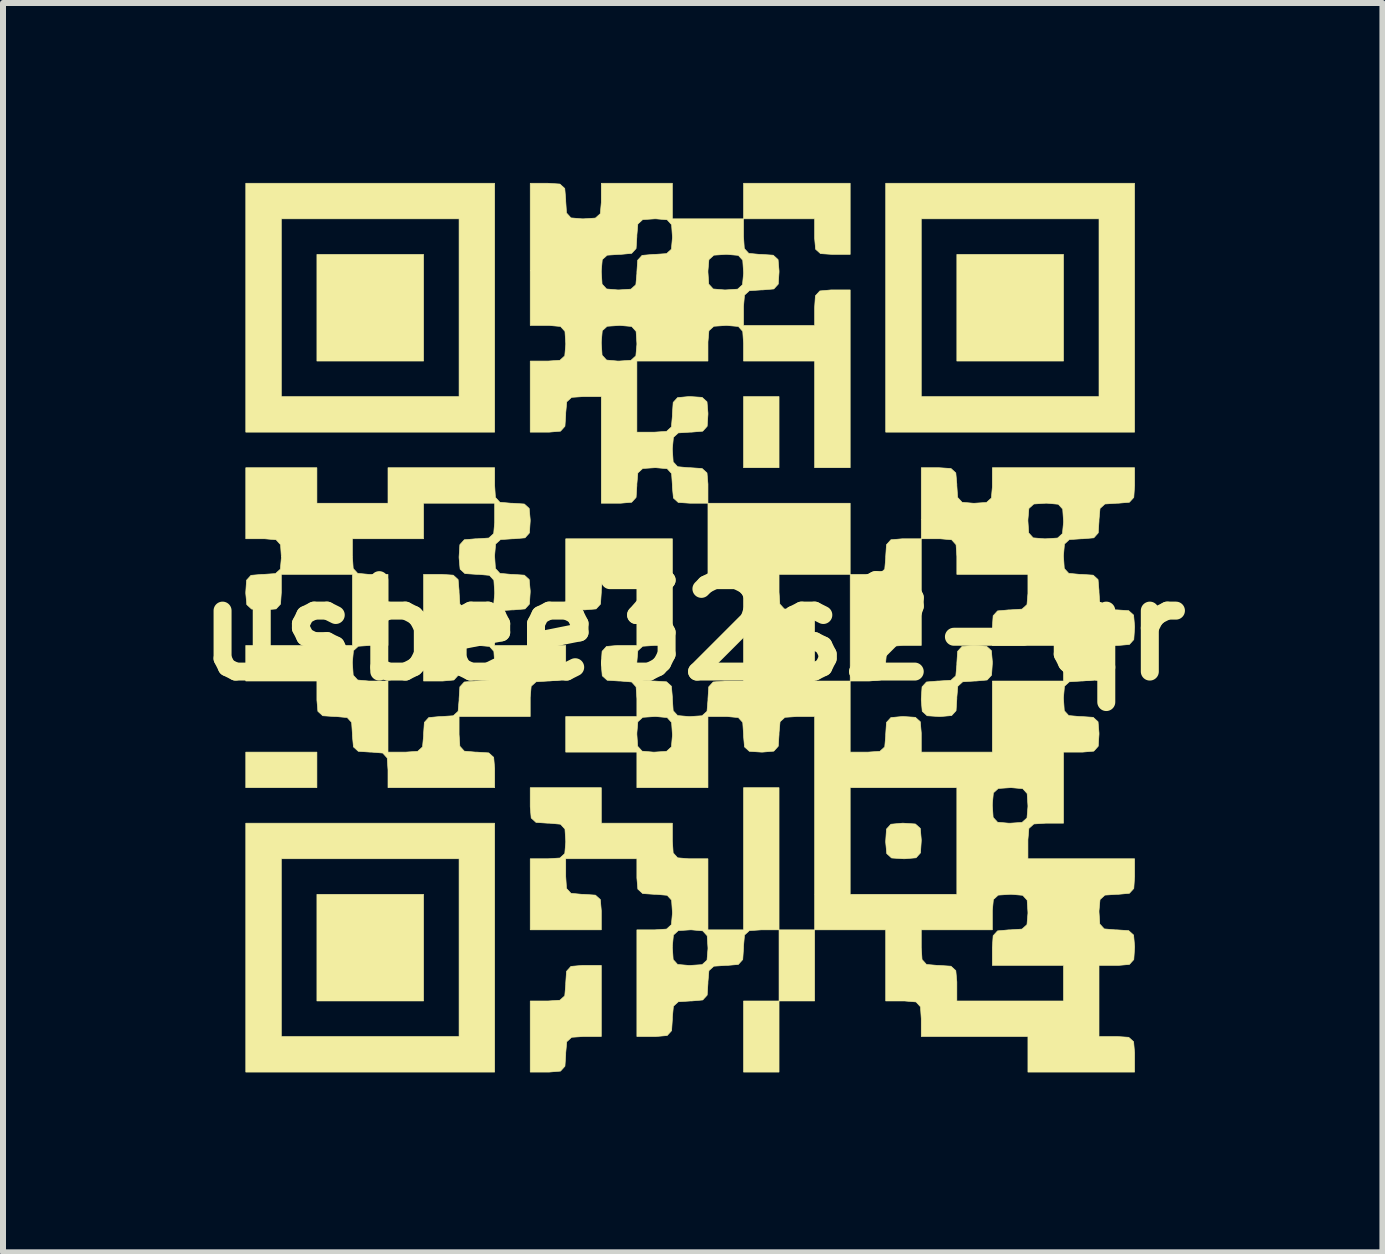
<source format=kicad_pcb>
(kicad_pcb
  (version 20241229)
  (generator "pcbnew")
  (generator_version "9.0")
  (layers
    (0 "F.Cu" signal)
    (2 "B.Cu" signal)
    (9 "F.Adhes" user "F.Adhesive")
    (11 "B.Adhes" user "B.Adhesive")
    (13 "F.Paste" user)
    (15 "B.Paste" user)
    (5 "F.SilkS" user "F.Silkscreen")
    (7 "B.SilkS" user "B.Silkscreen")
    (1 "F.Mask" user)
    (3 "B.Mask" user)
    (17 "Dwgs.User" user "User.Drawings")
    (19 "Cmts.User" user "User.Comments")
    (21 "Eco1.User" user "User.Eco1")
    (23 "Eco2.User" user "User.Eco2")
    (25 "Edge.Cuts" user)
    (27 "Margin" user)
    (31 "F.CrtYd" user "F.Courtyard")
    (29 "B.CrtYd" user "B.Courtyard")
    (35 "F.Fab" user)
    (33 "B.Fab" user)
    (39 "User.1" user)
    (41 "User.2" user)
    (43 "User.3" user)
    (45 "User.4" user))
  (footprint "usbee32s2-qr"
    (layer "F.Cu")
    (at 8.498 7.456)
    (property "Reference" "usbee32s2-qr" (at 0 0 0) (layer "F.SilkS") (effects (font (size 1.524 1.524) (thickness 0.3))))
    (attr through_hole)
    (fp_poly (pts (xy -6.265 2.625) (xy -7.451 2.625) (xy -7.451 2.032) (xy -6.265 2.032) (xy -6.265 2.625)) (stroke (width 0.01) (type solid)) (fill yes) (layer "F.SilkS"))
    (fp_poly (pts (xy -4.487 -4.487) (xy -6.265 -4.487) (xy -6.265 -6.265) (xy -4.487 -6.265) (xy -4.487 -4.487)) (stroke (width 0.01) (type solid)) (fill yes) (layer "F.SilkS"))
    (fp_poly (pts (xy -4.487 6.181) (xy -6.265 6.181) (xy -6.265 4.403) (xy -4.487 4.403) (xy -4.487 6.181)) (stroke (width 0.01) (type solid)) (fill yes) (layer "F.SilkS"))
    (fp_poly (pts (xy 1.439 -2.709) (xy 0.847 -2.709) (xy 0.847 -3.895) (xy 1.439 -3.895) (xy 1.439 -2.709)) (stroke (width 0.01) (type solid)) (fill yes) (layer "F.SilkS"))
    (fp_poly (pts (xy 1.439 4.995) (xy 2.032 4.995) (xy 2.032 6.181) (xy 1.439 6.181) (xy 1.439 4.995)) (stroke (width 0.01) (type solid)) (fill yes) (layer "F.SilkS"))
    (fp_poly (pts (xy 1.439 7.366) (xy 0.847 7.366) (xy 0.847 6.181) (xy 1.439 6.181) (xy 1.439 7.366)) (stroke (width 0.01) (type solid)) (fill yes) (layer "F.SilkS"))
    (fp_poly (pts (xy 6.181 -4.487) (xy 4.403 -4.487) (xy 4.403 -6.265) (xy 6.181 -6.265) (xy 6.181 -4.487)) (stroke (width 0.01) (type solid)) (fill yes) (layer "F.SilkS"))
    (fp_poly (pts (xy 0.847 -7.451) (xy 2.625 -7.451) (xy 2.625 -6.265) (xy 2.328 -6.265) (xy 2.13 -6.278) (xy 2.048 -6.352) (xy 2.032 -6.539) (xy 2.032 -6.562) (xy 2.032 -6.858) (xy 0.847 -6.858) (xy 0.847 -7.451)) (stroke (width 0.01) (type solid)) (fill yes) (layer "F.SilkS"))
    (fp_poly (pts (xy -3.302 -3.302) (xy -7.451 -3.302) (xy -7.451 -6.858) (xy -6.858 -6.858) (xy -6.858 -3.895) (xy -3.895 -3.895) (xy -3.895 -6.858) (xy -6.858 -6.858) (xy -7.451 -6.858) (xy -7.451 -7.451) (xy -3.302 -7.451) (xy -3.302 -3.302)) (stroke (width 0.01) (type solid)) (fill yes) (layer "F.SilkS"))
    (fp_poly (pts (xy -3.302 7.366) (xy -7.451 7.366) (xy -7.451 3.81) (xy -6.858 3.81) (xy -6.858 6.773) (xy -3.895 6.773) (xy -3.895 3.81) (xy -6.858 3.81) (xy -7.451 3.81) (xy -7.451 3.217) (xy -3.302 3.217) (xy -3.302 7.366)) (stroke (width 0.01) (type solid)) (fill yes) (layer "F.SilkS"))
    (fp_poly (pts (xy 7.366 -3.302) (xy 3.217 -3.302) (xy 3.217 -6.858) (xy 3.81 -6.858) (xy 3.81 -3.895) (xy 6.773 -3.895) (xy 6.773 -6.858) (xy 3.81 -6.858) (xy 3.217 -6.858) (xy 3.217 -7.451) (xy 7.366 -7.451) (xy 7.366 -3.302)) (stroke (width 0.01) (type solid)) (fill yes) (layer "F.SilkS"))
    (fp_poly (pts (xy 3.712 3.23) (xy 3.794 3.304) (xy 3.81 3.491) (xy 3.81 3.514) (xy 3.797 3.712) (xy 3.723 3.794) (xy 3.536 3.81) (xy 3.514 3.81) (xy 3.315 3.797) (xy 3.234 3.723) (xy 3.217 3.536) (xy 3.217 3.514) (xy 3.23 3.315) (xy 3.304 3.234) (xy 3.491 3.217) (xy 3.514 3.217) (xy 3.712 3.23)) (stroke (width 0.01) (type solid)) (fill yes) (layer "F.SilkS"))
    (fp_poly (pts (xy -1.524 6.773) (xy -1.82 6.773) (xy -2.019 6.786) (xy -2.1 6.86) (xy -2.117 7.047) (xy -2.117 7.07) (xy -2.13 7.268) (xy -2.204 7.35) (xy -2.39 7.366) (xy -2.413 7.366) (xy -2.709 7.366) (xy -2.709 6.181) (xy -2.413 6.181) (xy -2.214 6.168) (xy -2.133 6.094) (xy -2.117 5.907) (xy -2.117 5.884) (xy -2.104 5.686) (xy -2.03 5.604) (xy -1.843 5.588) (xy -1.82 5.588) (xy -1.524 5.588) (xy -1.524 6.773)) (stroke (width 0.01) (type solid)) (fill yes) (layer "F.SilkS"))
    (fp_poly (pts (xy 4.898 0.267) (xy 4.979 0.341) (xy 4.995 0.528) (xy 4.995 0.55) (xy 4.982 0.749) (xy 4.908 0.83) (xy 4.722 0.847) (xy 4.699 0.847) (xy 4.5 0.86) (xy 4.419 0.934) (xy 4.403 1.12) (xy 4.403 1.143) (xy 4.39 1.342) (xy 4.316 1.423) (xy 4.129 1.439) (xy 4.106 1.439) (xy 3.908 1.426) (xy 3.826 1.352) (xy 3.81 1.166) (xy 3.81 1.143) (xy 3.823 0.944) (xy 3.897 0.863) (xy 4.084 0.847) (xy 4.106 0.847) (xy 4.305 0.834) (xy 4.386 0.76) (xy 4.403 0.573) (xy 4.403 0.55) (xy 4.416 0.352) (xy 4.49 0.27) (xy 4.676 0.254) (xy 4.699 0.254) (xy 4.898 0.267)) (stroke (width 0.01) (type solid)) (fill yes) (layer "F.SilkS"))
    (fp_poly (pts (xy 1.143 4.995) (xy 0.944 5.008) (xy 0.863 5.082) (xy 0.847 5.269) (xy 0.847 5.292) (xy 0.834 5.49) (xy 0.76 5.572) (xy 0.573 5.588) (xy 0.55 5.588) (xy 0.352 5.601) (xy 0.27 5.675) (xy 0.254 5.862) (xy 0.254 5.884) (xy 0.241 6.083) (xy 0.167 6.164) (xy -0.02 6.181) (xy -0.042 6.181) (xy -0.241 6.194) (xy -0.322 6.268) (xy -0.339 6.454) (xy -0.339 6.477) (xy -0.352 6.676) (xy -0.426 6.757) (xy -0.612 6.773) (xy -0.635 6.773) (xy -0.931 6.773) (xy -0.931 5.292) (xy -0.339 5.292) (xy -0.326 5.49) (xy -0.252 5.572) (xy -0.065 5.588) (xy -0.042 5.588) (xy 0.156 5.575) (xy 0.238 5.501) (xy 0.254 5.314) (xy 0.254 5.292) (xy 0.241 5.093) (xy 0.167 5.012) (xy -0.02 4.995) (xy -0.042 4.995) (xy -0.241 5.008) (xy -0.322 5.082) (xy -0.339 5.269) (xy -0.339 5.292) (xy -0.931 5.292) (xy -0.931 4.995) (xy -0.635 4.995) (xy -0.436 4.982) (xy -0.355 4.908) (xy -0.339 4.722) (xy -0.339 4.699) (xy -0.352 4.5) (xy -0.426 4.419) (xy -0.612 4.403) (xy -0.635 4.403) (xy -0.834 4.39) (xy -0.915 4.316) (xy -0.931 4.129) (xy -0.931 4.106) (xy -0.931 3.81) (xy -2.117 3.81) (xy -2.117 4.106) (xy -2.104 4.305) (xy -2.03 4.386) (xy -1.843 4.403) (xy -1.82 4.403) (xy -1.622 4.416) (xy -1.54 4.49) (xy -1.524 4.676) (xy -1.524 4.699) (xy -1.524 4.995) (xy -2.709 4.995) (xy -2.709 3.81) (xy -2.413 3.81) (xy -2.214 3.797) (xy -2.133 3.723) (xy -2.117 3.536) (xy -2.117 3.514) (xy -2.13 3.315) (xy -2.204 3.234) (xy -2.39 3.217) (xy -2.413 3.217) (xy -2.612 3.204) (xy -2.693 3.13) (xy -2.709 2.944) (xy -2.709 2.921) (xy -2.709 2.625) (xy -1.524 2.625) (xy -1.524 3.217) (xy -0.339 3.217) (xy -0.339 3.514) (xy -0.326 3.712) (xy -0.252 3.794) (xy -0.065 3.81) (xy -0.042 3.81) (xy 0.254 3.81) (xy 0.254 4.995) (xy 0.847 4.995) (xy 0.847 2.625) (xy 1.439 2.625) (xy 1.439 4.995) (xy 1.143 4.995)) (stroke (width 0.01) (type solid)) (fill yes) (layer "F.SilkS"))
    (fp_poly (pts (xy -6.265 -2.117) (xy -5.08 -2.117) (xy -5.08 -2.709) (xy -3.302 -2.709) (xy -3.302 -2.413) (xy -3.289 -2.214) (xy -3.215 -2.133) (xy -3.028 -2.117) (xy -3.006 -2.117) (xy -2.807 -2.104) (xy -2.726 -2.03) (xy -2.709 -1.843) (xy -2.709 -1.82) (xy -2.722 -1.622) (xy -2.796 -1.54) (xy -2.983 -1.524) (xy -3.006 -1.524) (xy -3.204 -1.511) (xy -3.286 -1.437) (xy -3.302 -1.25) (xy -3.302 -1.228) (xy -3.289 -1.029) (xy -3.215 -0.948) (xy -3.028 -0.931) (xy -3.006 -0.931) (xy -2.807 -0.918) (xy -2.726 -0.844) (xy -2.709 -0.658) (xy -2.709 -0.635) (xy -2.722 -0.436) (xy -2.796 -0.355) (xy -2.983 -0.339) (xy -3.006 -0.339) (xy -3.204 -0.326) (xy -3.286 -0.252) (xy -3.302 -0.065) (xy -3.302 -0.042) (xy -3.302 0.254) (xy -2.117 0.254) (xy -2.117 0.55) (xy -2.13 0.749) (xy -2.204 0.83) (xy -2.39 0.847) (xy -2.413 0.847) (xy -2.612 0.86) (xy -2.693 0.934) (xy -2.709 1.12) (xy -2.709 1.143) (xy -2.709 1.439) (xy -3.895 1.439) (xy -3.895 1.736) (xy -3.882 1.934) (xy -3.808 2.016) (xy -3.621 2.032) (xy -3.598 2.032) (xy -3.4 2.045) (xy -3.318 2.119) (xy -3.302 2.306) (xy -3.302 2.328) (xy -3.302 2.625) (xy -5.08 2.625) (xy -5.08 2.328) (xy -5.093 2.13) (xy -5.167 2.048) (xy -5.354 2.032) (xy -5.376 2.032) (xy -5.575 2.019) (xy -5.656 1.945) (xy -5.673 1.758) (xy -5.673 1.736) (xy -5.686 1.537) (xy -5.76 1.456) (xy -5.946 1.439) (xy -5.969 1.439) (xy -6.168 1.426) (xy -6.249 1.352) (xy -6.265 1.166) (xy -6.265 1.143) (xy -6.265 0.847) (xy -7.451 0.847) (xy -7.451 0.254) (xy -5.673 0.254) (xy -5.673 -0.931) (xy -6.858 -0.931) (xy -6.858 -0.635) (xy -6.871 -0.436) (xy -6.945 -0.355) (xy -7.132 -0.339) (xy -7.154 -0.339) (xy -7.353 -0.352) (xy -7.434 -0.426) (xy -7.451 -0.612) (xy -7.451 -0.635) (xy -7.438 -0.834) (xy -7.364 -0.915) (xy -7.177 -0.931) (xy -7.154 -0.931) (xy -6.956 -0.944) (xy -6.874 -1.018) (xy -6.858 -1.205) (xy -6.858 -1.228) (xy -6.871 -1.426) (xy -6.945 -1.508) (xy -7.132 -1.524) (xy -7.154 -1.524) (xy -5.673 -1.524) (xy -5.673 -1.228) (xy -5.66 -1.029) (xy -5.586 -0.948) (xy -5.399 -0.931) (xy -5.376 -0.931) (xy -5.08 -0.931) (xy -5.08 0.254) (xy -5.376 0.254) (xy -5.575 0.267) (xy -5.656 0.341) (xy -5.673 0.528) (xy -5.673 0.55) (xy -5.66 0.749) (xy -5.586 0.83) (xy -5.399 0.847) (xy -5.376 0.847) (xy -5.08 0.847) (xy -5.08 2.032) (xy -4.784 2.032) (xy -4.585 2.019) (xy -4.504 1.945) (xy -4.487 1.758) (xy -4.487 1.736) (xy -4.474 1.537) (xy -4.4 1.456) (xy -4.214 1.439) (xy -4.191 1.439) (xy -3.992 1.426) (xy -3.911 1.352) (xy -3.895 1.166) (xy -3.895 1.143) (xy -3.882 0.944) (xy -3.808 0.863) (xy -3.621 0.847) (xy -3.598 0.847) (xy -3.4 0.834) (xy -3.318 0.76) (xy -3.302 0.573) (xy -3.302 0.55) (xy -3.315 0.352) (xy -3.389 0.27) (xy -3.576 0.254) (xy -3.598 0.254) (xy -3.797 0.267) (xy -3.878 0.341) (xy -3.895 0.528) (xy -3.895 0.55) (xy -3.908 0.749) (xy -3.982 0.83) (xy -4.168 0.847) (xy -4.191 0.847) (xy -4.487 0.847) (xy -4.487 -0.931) (xy -4.191 -0.931) (xy -3.992 -0.918) (xy -3.911 -0.844) (xy -3.895 -0.658) (xy -3.895 -0.635) (xy -3.882 -0.436) (xy -3.808 -0.355) (xy -3.621 -0.339) (xy -3.598 -0.339) (xy -3.4 -0.352) (xy -3.318 -0.426) (xy -3.302 -0.612) (xy -3.302 -0.635) (xy -3.315 -0.834) (xy -3.389 -0.915) (xy -3.576 -0.931) (xy -3.598 -0.931) (xy -3.797 -0.944) (xy -3.878 -1.018) (xy -3.895 -1.205) (xy -3.895 -1.228) (xy -3.882 -1.426) (xy -3.808 -1.508) (xy -3.621 -1.524) (xy -3.598 -1.524) (xy -3.4 -1.537) (xy -3.318 -1.611) (xy -3.302 -1.798) (xy -3.302 -1.82) (xy -3.302 -2.117) (xy -4.487 -2.117) (xy -4.487 -1.524) (xy -5.673 -1.524) (xy -7.154 -1.524) (xy -7.451 -1.524) (xy -7.451 -2.709) (xy -6.265 -2.709) (xy -6.265 -2.117)) (stroke (width 0.01) (type solid)) (fill yes) (layer "F.SilkS"))
    (fp_poly (pts (xy 0.847 -6.562) (xy 0.86 -6.363) (xy 0.934 -6.282) (xy 1.12 -6.265) (xy 1.143 -6.265) (xy 1.342 -6.252) (xy 1.423 -6.178) (xy 1.439 -5.992) (xy 1.439 -5.969) (xy 1.426 -5.77) (xy 1.352 -5.689) (xy 1.166 -5.673) (xy 1.143 -5.673) (xy 0.944 -5.66) (xy 0.863 -5.586) (xy 0.847 -5.399) (xy 0.847 -5.376) (xy 0.847 -5.08) (xy 2.032 -5.08) (xy 2.032 -5.376) (xy 2.045 -5.575) (xy 2.119 -5.656) (xy 2.306 -5.673) (xy 2.328 -5.673) (xy 2.625 -5.673) (xy 2.625 -2.709) (xy 2.032 -2.709) (xy 2.032 -4.487) (xy 0.847 -4.487) (xy 0.847 -4.784) (xy 0.834 -4.982) (xy 0.76 -5.064) (xy 0.573 -5.08) (xy 0.55 -5.08) (xy 0.352 -5.067) (xy 0.27 -4.993) (xy 0.254 -4.806) (xy 0.254 -4.784) (xy 0.254 -4.487) (xy -0.931 -4.487) (xy -0.931 -3.302) (xy -0.635 -3.302) (xy -0.436 -3.315) (xy -0.355 -3.389) (xy -0.339 -3.576) (xy -0.339 -3.598) (xy -0.326 -3.797) (xy -0.252 -3.878) (xy -0.065 -3.895) (xy -0.042 -3.895) (xy 0.156 -3.882) (xy 0.238 -3.808) (xy 0.254 -3.621) (xy 0.254 -3.598) (xy 0.241 -3.4) (xy 0.167 -3.318) (xy -0.02 -3.302) (xy -0.042 -3.302) (xy -0.241 -3.289) (xy -0.322 -3.215) (xy -0.339 -3.028) (xy -0.339 -3.006) (xy -0.326 -2.807) (xy -0.252 -2.726) (xy -0.065 -2.709) (xy -0.042 -2.709) (xy 0.156 -2.696) (xy 0.238 -2.622) (xy 0.254 -2.436) (xy 0.254 -2.413) (xy 0.254 -2.117) (xy -0.042 -2.117) (xy -0.241 -2.13) (xy -0.322 -2.204) (xy -0.339 -2.39) (xy -0.339 -2.413) (xy -0.352 -2.612) (xy -0.426 -2.693) (xy -0.612 -2.709) (xy -0.635 -2.709) (xy -0.834 -2.696) (xy -0.915 -2.622) (xy -0.931 -2.436) (xy -0.931 -2.413) (xy -0.944 -2.214) (xy -1.018 -2.133) (xy -1.205 -2.117) (xy -1.228 -2.117) (xy -1.524 -2.117) (xy -1.524 -3.895) (xy -1.82 -3.895) (xy -2.019 -3.882) (xy -2.1 -3.808) (xy -2.117 -3.621) (xy -2.117 -3.598) (xy -2.13 -3.4) (xy -2.204 -3.318) (xy -2.39 -3.302) (xy -2.413 -3.302) (xy -2.709 -3.302) (xy -2.709 -4.487) (xy -2.413 -4.487) (xy -2.214 -4.5) (xy -2.133 -4.574) (xy -2.117 -4.761) (xy -2.117 -4.784) (xy -1.524 -4.784) (xy -1.511 -4.585) (xy -1.437 -4.504) (xy -1.25 -4.487) (xy -1.228 -4.487) (xy -1.029 -4.5) (xy -0.948 -4.574) (xy -0.931 -4.761) (xy -0.931 -4.784) (xy -0.944 -4.982) (xy -1.018 -5.064) (xy -1.205 -5.08) (xy -1.228 -5.08) (xy -1.426 -5.067) (xy -1.508 -4.993) (xy -1.524 -4.806) (xy -1.524 -4.784) (xy -2.117 -4.784) (xy -2.13 -4.982) (xy -2.204 -5.064) (xy -2.39 -5.08) (xy -2.413 -5.08) (xy -2.709 -5.08) (xy -2.709 -5.969) (xy -1.524 -5.969) (xy -1.511 -5.77) (xy -1.437 -5.689) (xy -1.25 -5.673) (xy -1.228 -5.673) (xy -1.029 -5.686) (xy -0.948 -5.76) (xy -0.931 -5.946) (xy -0.931 -5.969) (xy 0.254 -5.969) (xy 0.267 -5.77) (xy 0.341 -5.689) (xy 0.528 -5.673) (xy 0.55 -5.673) (xy 0.749 -5.686) (xy 0.83 -5.76) (xy 0.847 -5.946) (xy 0.847 -5.969) (xy 0.834 -6.168) (xy 0.76 -6.249) (xy 0.573 -6.265) (xy 0.55 -6.265) (xy 0.352 -6.252) (xy 0.27 -6.178) (xy 0.254 -5.992) (xy 0.254 -5.969) (xy -0.931 -5.969) (xy -0.918 -6.168) (xy -0.844 -6.249) (xy -0.658 -6.265) (xy -0.635 -6.265) (xy -0.436 -6.278) (xy -0.355 -6.352) (xy -0.339 -6.539) (xy -0.339 -6.562) (xy -0.352 -6.76) (xy -0.426 -6.842) (xy -0.612 -6.858) (xy -0.635 -6.858) (xy -0.834 -6.845) (xy -0.915 -6.771) (xy -0.931 -6.584) (xy -0.931 -6.562) (xy -0.944 -6.363) (xy -1.018 -6.282) (xy -1.205 -6.265) (xy -1.228 -6.265) (xy -1.426 -6.252) (xy -1.508 -6.178) (xy -1.524 -5.992) (xy -1.524 -5.969) (xy -2.709 -5.969) (xy -2.709 -7.451) (xy -2.413 -7.451) (xy -2.214 -7.438) (xy -2.133 -7.364) (xy -2.117 -7.177) (xy -2.117 -7.154) (xy -2.104 -6.956) (xy -2.03 -6.874) (xy -1.843 -6.858) (xy -1.82 -6.858) (xy -1.622 -6.871) (xy -1.54 -6.945) (xy -1.524 -7.132) (xy -1.524 -7.154) (xy -1.524 -7.451) (xy -0.339 -7.451) (xy -0.339 -6.858) (xy 0.847 -6.858) (xy 0.847 -6.562)) (stroke (width 0.01) (type solid)) (fill yes) (layer "F.SilkS"))
    (fp_poly (pts (xy 2.032 1.439) (xy 1.736 1.439) (xy 1.537 1.452) (xy 1.456 1.526) (xy 1.439 1.713) (xy 1.439 1.736) (xy 1.426 1.934) (xy 1.352 2.016) (xy 1.166 2.032) (xy 1.143 2.032) (xy 0.944 2.019) (xy 0.863 1.945) (xy 0.847 1.758) (xy 0.847 1.736) (xy 0.834 1.537) (xy 0.76 1.456) (xy 0.573 1.439) (xy 0.55 1.439) (xy 0.254 1.439) (xy 0.254 2.625) (xy -0.931 2.625) (xy -0.931 2.032) (xy -2.117 2.032) (xy -2.117 1.736) (xy -0.931 1.736) (xy -0.918 1.934) (xy -0.844 2.016) (xy -0.658 2.032) (xy -0.635 2.032) (xy -0.436 2.019) (xy -0.355 1.945) (xy -0.339 1.758) (xy -0.339 1.736) (xy -0.352 1.537) (xy -0.426 1.456) (xy -0.612 1.439) (xy -0.635 1.439) (xy -0.834 1.452) (xy -0.915 1.526) (xy -0.931 1.713) (xy -0.931 1.736) (xy -2.117 1.736) (xy -2.117 1.439) (xy -0.931 1.439) (xy -0.931 1.143) (xy -0.944 0.944) (xy -1.018 0.863) (xy -1.205 0.847) (xy -1.228 0.847) (xy -1.426 0.834) (xy -1.508 0.76) (xy -1.524 0.573) (xy -1.524 0.55) (xy -1.511 0.352) (xy -1.437 0.27) (xy -1.25 0.254) (xy -1.228 0.254) (xy -0.931 0.254) (xy -0.931 -0.931) (xy -1.228 -0.931) (xy -1.426 -0.918) (xy -1.508 -0.844) (xy -1.524 -0.658) (xy -1.524 -0.635) (xy -1.537 -0.436) (xy -1.611 -0.355) (xy -1.798 -0.339) (xy -1.82 -0.339) (xy -2.117 -0.339) (xy -2.117 -1.524) (xy -0.339 -1.524) (xy -0.339 0.254) (xy -0.635 0.254) (xy -0.834 0.267) (xy -0.915 0.341) (xy -0.931 0.528) (xy -0.931 0.55) (xy -0.918 0.749) (xy -0.844 0.83) (xy -0.658 0.847) (xy -0.635 0.847) (xy -0.436 0.86) (xy -0.355 0.934) (xy -0.339 1.12) (xy -0.339 1.143) (xy -0.326 1.342) (xy -0.252 1.423) (xy -0.065 1.439) (xy -0.042 1.439) (xy 0.156 1.426) (xy 0.238 1.352) (xy 0.254 1.166) (xy 0.254 1.143) (xy 0.267 0.944) (xy 0.341 0.863) (xy 0.528 0.847) (xy 0.55 0.847) (xy 0.847 0.847) (xy 0.847 -0.931) (xy 1.439 -0.931) (xy 1.439 -0.635) (xy 1.452 -0.436) (xy 1.526 -0.355) (xy 1.713 -0.339) (xy 1.736 -0.339) (xy 2.032 -0.339) (xy 2.032 0.847) (xy 2.625 0.847) (xy 2.625 -0.931) (xy 1.439 -0.931) (xy 0.847 -0.931) (xy 0.254 -0.931) (xy 0.254 -2.117) (xy 2.625 -2.117) (xy 2.625 -0.931) (xy 2.921 -0.931) (xy 3.12 -0.944) (xy 3.201 -1.018) (xy 3.217 -1.205) (xy 3.217 -1.228) (xy 3.23 -1.426) (xy 3.304 -1.508) (xy 3.491 -1.524) (xy 3.514 -1.524) (xy 3.81 -1.524) (xy 3.81 -1.82) (xy 5.588 -1.82) (xy 5.601 -1.622) (xy 5.675 -1.54) (xy 5.862 -1.524) (xy 5.884 -1.524) (xy 6.083 -1.537) (xy 6.164 -1.611) (xy 6.181 -1.798) (xy 6.181 -1.82) (xy 6.168 -2.019) (xy 6.094 -2.1) (xy 5.907 -2.117) (xy 5.884 -2.117) (xy 5.686 -2.104) (xy 5.604 -2.03) (xy 5.588 -1.843) (xy 5.588 -1.82) (xy 3.81 -1.82) (xy 3.81 -2.709) (xy 4.106 -2.709) (xy 4.305 -2.696) (xy 4.386 -2.622) (xy 4.403 -2.436) (xy 4.403 -2.413) (xy 4.416 -2.214) (xy 4.49 -2.133) (xy 4.676 -2.117) (xy 4.699 -2.117) (xy 4.898 -2.13) (xy 4.979 -2.204) (xy 4.995 -2.39) (xy 4.995 -2.413) (xy 4.995 -2.709) (xy 7.366 -2.709) (xy 7.366 -2.413) (xy 7.353 -2.214) (xy 7.279 -2.133) (xy 7.092 -2.117) (xy 7.07 -2.117) (xy 6.871 -2.104) (xy 6.79 -2.03) (xy 6.773 -1.843) (xy 6.773 -1.82) (xy 6.76 -1.622) (xy 6.686 -1.54) (xy 6.5 -1.524) (xy 6.477 -1.524) (xy 6.278 -1.511) (xy 6.197 -1.437) (xy 6.181 -1.25) (xy 6.181 -1.228) (xy 6.194 -1.029) (xy 6.268 -0.948) (xy 6.454 -0.931) (xy 6.477 -0.931) (xy 6.676 -0.918) (xy 6.757 -0.844) (xy 6.773 -0.658) (xy 6.773 -0.635) (xy 6.786 -0.436) (xy 6.86 -0.355) (xy 7.047 -0.339) (xy 7.07 -0.339) (xy 7.268 -0.326) (xy 7.35 -0.252) (xy 7.366 -0.065) (xy 7.366 -0.042) (xy 7.353 0.156) (xy 7.279 0.238) (xy 7.092 0.254) (xy 7.07 0.254) (xy 6.871 0.267) (xy 6.79 0.341) (xy 6.773 0.528) (xy 6.773 0.55) (xy 6.76 0.749) (xy 6.686 0.83) (xy 6.5 0.847) (xy 6.477 0.847) (xy 6.278 0.86) (xy 6.197 0.934) (xy 6.181 1.12) (xy 6.181 1.143) (xy 6.194 1.342) (xy 6.268 1.423) (xy 6.454 1.439) (xy 6.477 1.439) (xy 6.676 1.452) (xy 6.757 1.526) (xy 6.773 1.713) (xy 6.773 1.736) (xy 6.76 1.934) (xy 6.686 2.016) (xy 6.5 2.032) (xy 6.477 2.032) (xy 6.181 2.032) (xy 6.181 3.217) (xy 5.884 3.217) (xy 5.686 3.23) (xy 5.604 3.304) (xy 5.588 3.491) (xy 5.588 3.514) (xy 5.588 3.81) (xy 7.366 3.81) (xy 7.366 4.106) (xy 7.353 4.305) (xy 7.279 4.386) (xy 7.092 4.403) (xy 7.07 4.403) (xy 6.871 4.416) (xy 6.79 4.49) (xy 6.773 4.676) (xy 6.773 4.699) (xy 6.786 4.898) (xy 6.86 4.979) (xy 7.047 4.995) (xy 7.07 4.995) (xy 7.268 5.008) (xy 7.35 5.082) (xy 7.366 5.269) (xy 7.366 5.292) (xy 7.353 5.49) (xy 7.279 5.572) (xy 7.092 5.588) (xy 7.07 5.588) (xy 6.773 5.588) (xy 6.773 6.773) (xy 7.07 6.773) (xy 7.268 6.786) (xy 7.35 6.86) (xy 7.366 7.047) (xy 7.366 7.07) (xy 7.366 7.366) (xy 5.588 7.366) (xy 5.588 6.773) (xy 3.81 6.773) (xy 3.81 6.477) (xy 3.797 6.278) (xy 3.723 6.197) (xy 3.536 6.181) (xy 3.514 6.181) (xy 3.217 6.181) (xy 3.217 4.995) (xy 3.81 4.995) (xy 3.81 5.292) (xy 3.823 5.49) (xy 3.897 5.572) (xy 4.084 5.588) (xy 4.106 5.588) (xy 4.305 5.601) (xy 4.386 5.675) (xy 4.403 5.862) (xy 4.403 5.884) (xy 4.403 6.181) (xy 6.181 6.181) (xy 6.181 5.588) (xy 4.995 5.588) (xy 4.995 5.292) (xy 5.008 5.093) (xy 5.082 5.012) (xy 5.269 4.995) (xy 5.292 4.995) (xy 5.49 4.982) (xy 5.572 4.908) (xy 5.588 4.722) (xy 5.588 4.699) (xy 5.575 4.5) (xy 5.501 4.419) (xy 5.314 4.403) (xy 5.292 4.403) (xy 5.093 4.416) (xy 5.012 4.49) (xy 4.995 4.676) (xy 4.995 4.699) (xy 4.995 4.995) (xy 3.81 4.995) (xy 3.217 4.995) (xy 2.032 4.995) (xy 2.032 2.625) (xy 2.625 2.625) (xy 2.625 4.403) (xy 4.403 4.403) (xy 4.403 2.921) (xy 4.995 2.921) (xy 5.008 3.12) (xy 5.082 3.201) (xy 5.269 3.217) (xy 5.292 3.217) (xy 5.49 3.204) (xy 5.572 3.13) (xy 5.588 2.944) (xy 5.588 2.921) (xy 5.575 2.722) (xy 5.501 2.641) (xy 5.314 2.625) (xy 5.292 2.625) (xy 5.093 2.638) (xy 5.012 2.712) (xy 4.995 2.898) (xy 4.995 2.921) (xy 4.403 2.921) (xy 4.403 2.625) (xy 2.625 2.625) (xy 2.032 2.625) (xy 2.032 2.032) (xy 2.625 2.032) (xy 2.921 2.032) (xy 3.12 2.019) (xy 3.201 1.945) (xy 3.217 1.758) (xy 3.217 1.736) (xy 3.23 1.537) (xy 3.304 1.456) (xy 3.491 1.439) (xy 3.514 1.439) (xy 3.712 1.452) (xy 3.794 1.526) (xy 3.81 1.713) (xy 3.81 1.736) (xy 3.81 2.032) (xy 4.995 2.032) (xy 4.995 0.847) (xy 6.181 0.847) (xy 6.181 0.254) (xy 4.995 0.254) (xy 4.995 -0.042) (xy 5.008 -0.241) (xy 5.082 -0.322) (xy 5.269 -0.339) (xy 5.292 -0.339) (xy 5.49 -0.352) (xy 5.572 -0.426) (xy 5.588 -0.612) (xy 5.588 -0.635) (xy 5.588 -0.931) (xy 4.403 -0.931) (xy 4.403 -1.228) (xy 4.39 -1.426) (xy 4.316 -1.508) (xy 4.129 -1.524) (xy 4.106 -1.524) (xy 3.81 -1.524) (xy 3.81 0.254) (xy 3.514 0.254) (xy 3.315 0.267) (xy 3.234 0.341) (xy 3.217 0.528) (xy 3.217 0.55) (xy 3.204 0.749) (xy 3.13 0.83) (xy 2.944 0.847) (xy 2.921 0.847) (xy 2.625 0.847) (xy 2.625 2.032) (xy 2.032 2.032) (xy 2.032 1.439)) (stroke (width 0.01) (type solid)) (fill yes) (layer "F.SilkS")))
  (gr_rect
    (start -3 -3)
    (end 19.996 17.827)
    (stroke (width 0.1) (type default))
    (fill no)
    (layer "Edge.Cuts")))
</source>
